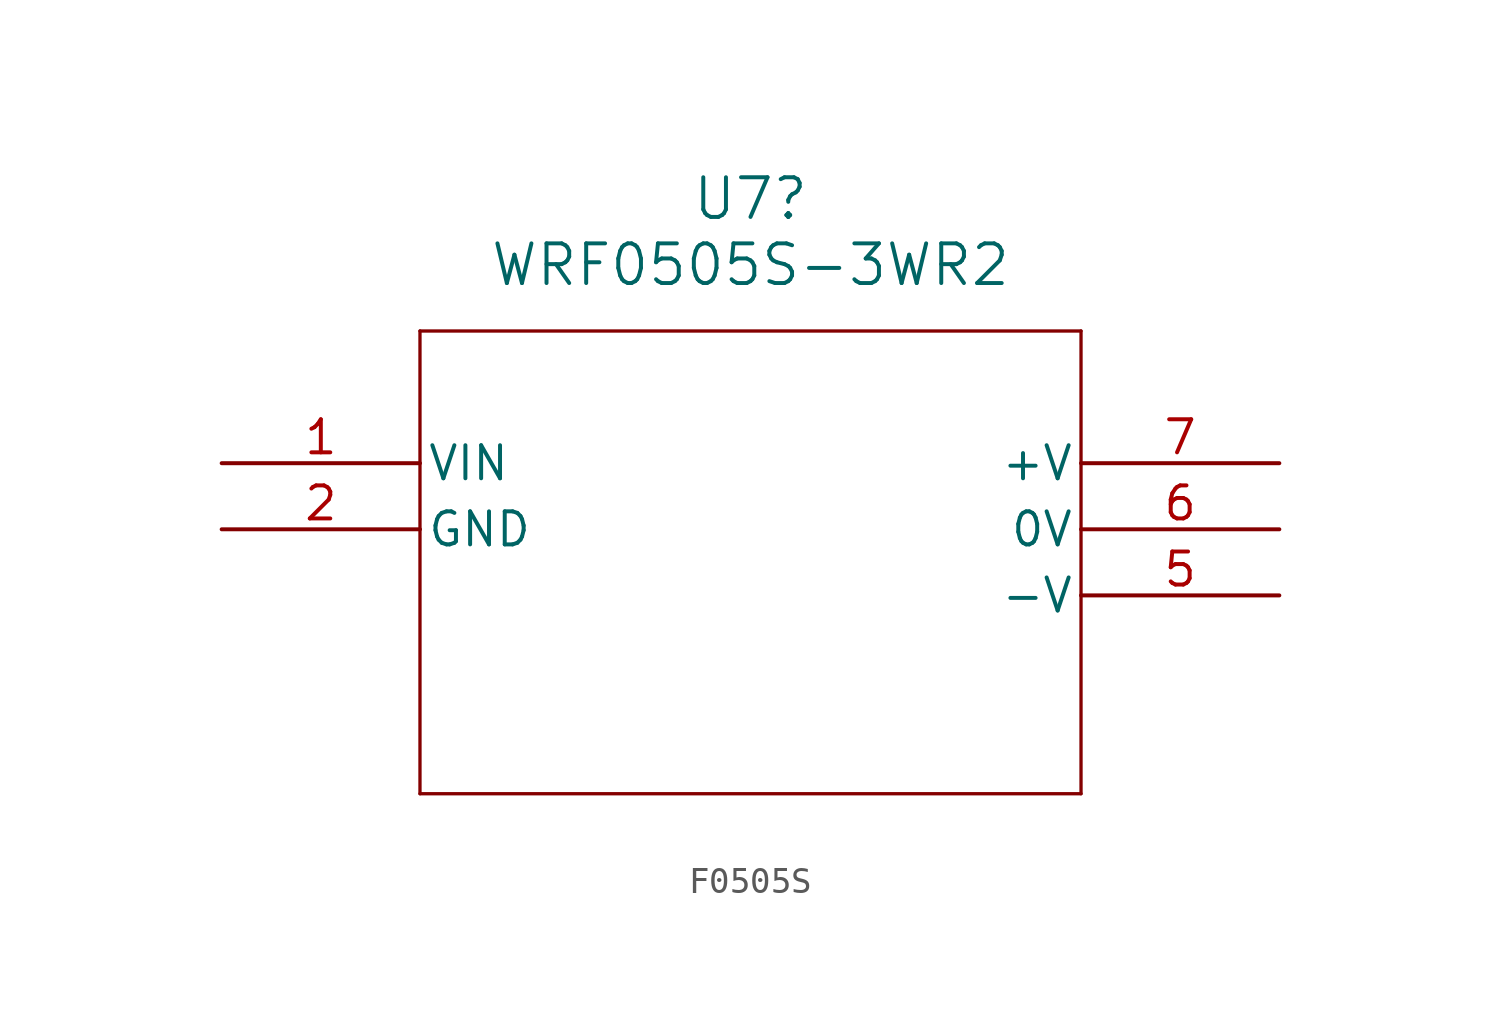
<source format=kicad_sym>
(kicad_symbol_lib
  (version 20220914)
  (generator kicad_symbol_editor)
  (symbol "F0505S"
    (pin_names
      (offset 0.254))
    (property "Reference" "U7"
      (at 20.32 10.16 0)
      (effects (font (size 1.524 1.524))))
    (property "Value" "WRF0505S-3WR2"
      (at 20.32 7.62 0)
      (effects (font (size 1.524 1.524))))
    (property "ki_locked" ""
      (at 0 0 0)
      (effects (font (size 1.27 1.27))))
    (symbol "F0505S_0_1"
      (polyline (pts (xy 7.62 -12.7) (xy 33.02 -12.7)) (stroke (width 0.127) (type default)) (fill (type none)))
      (polyline (pts (xy 7.62 5.08) (xy 7.62 -12.7)) (stroke (width 0.127) (type default)) (fill (type none)))
      (polyline (pts (xy 33.02 -12.7) (xy 33.02 5.08)) (stroke (width 0.127) (type default)) (fill (type none)))
      (polyline (pts (xy 33.02 5.08) (xy 7.62 5.08)) (stroke (width 0.127) (type default)) (fill (type none))))
    (symbol "F0505S_1_1"
      (pin power_in line (at 0 0 0) (length 7.62) (name "VIN" (effects (font (size 1.27 1.27)))) (number "1" (effects (font (size 1.27 1.27)))))
      (pin power_in line (at 0 -2.54 0) (length 7.62) (name "GND" (effects (font (size 1.27 1.27)))) (number "2" (effects (font (size 1.27 1.27)))))
      (pin power_out line (at 40.64 -5.08 180) (length 7.62) (name "-V" (effects (font (size 1.27 1.27)))) (number "5" (effects (font (size 1.27 1.27)))))
      (pin power_out line (at 40.64 -2.54 180) (length 7.62) (name "0V" (effects (font (size 1.27 1.27)))) (number "6" (effects (font (size 1.27 1.27)))))
      (pin power_out line (at 40.64 0 180) (length 7.62) (name "+V" (effects (font (size 1.27 1.27)))) (number "7" (effects (font (size 1.27 1.27))))))))
</source>
